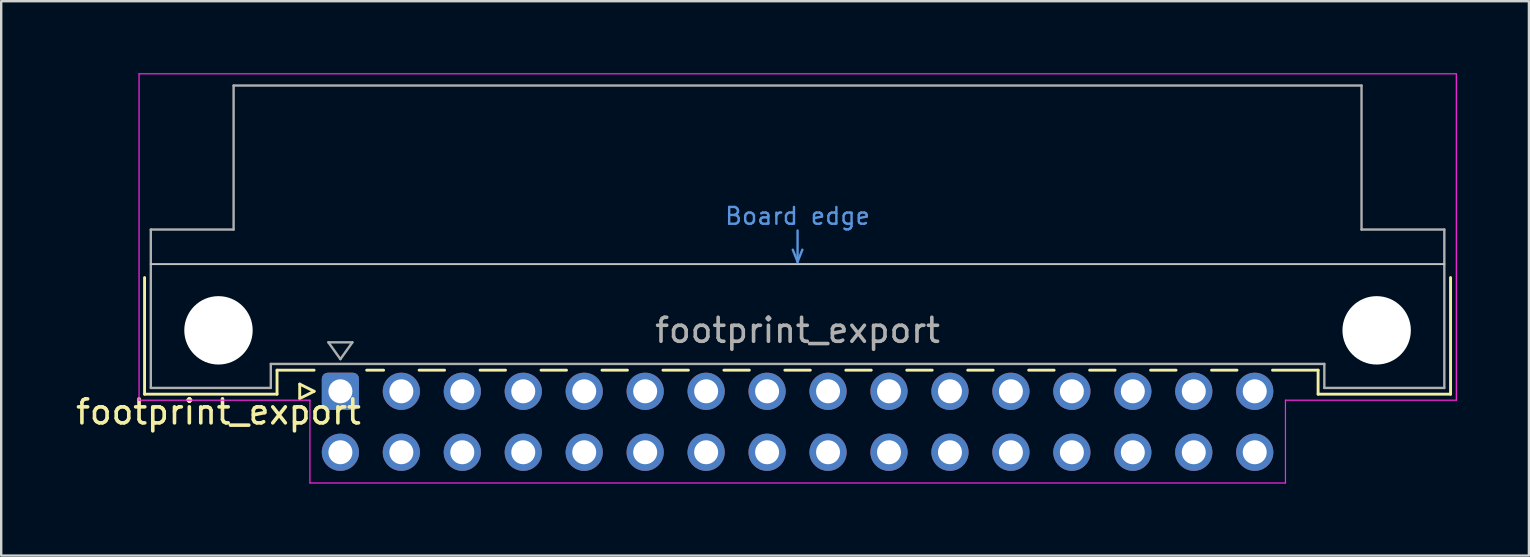
<source format=kicad_pcb>
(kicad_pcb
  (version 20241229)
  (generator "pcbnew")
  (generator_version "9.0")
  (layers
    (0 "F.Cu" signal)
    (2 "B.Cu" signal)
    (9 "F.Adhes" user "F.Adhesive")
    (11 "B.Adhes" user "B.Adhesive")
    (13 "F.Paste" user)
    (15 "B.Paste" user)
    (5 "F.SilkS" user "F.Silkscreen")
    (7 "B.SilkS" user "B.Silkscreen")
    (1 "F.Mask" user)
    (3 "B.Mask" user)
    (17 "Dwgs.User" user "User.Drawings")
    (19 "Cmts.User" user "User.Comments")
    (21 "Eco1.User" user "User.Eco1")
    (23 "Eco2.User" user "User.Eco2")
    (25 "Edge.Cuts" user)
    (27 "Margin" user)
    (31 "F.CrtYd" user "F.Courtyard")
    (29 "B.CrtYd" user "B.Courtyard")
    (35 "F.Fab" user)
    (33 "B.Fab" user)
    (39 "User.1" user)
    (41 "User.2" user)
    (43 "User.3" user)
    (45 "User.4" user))
  (footprint "footprint_export"
    (layer "F.Cu")
    (at 11.134 13.255)
    (property "Reference" "footprint_export" (at -5.08 0.86 0) (layer "F.SilkS") (effects (font (size 1 1) (thickness 0.15))))
    (attr through_hole)
    (fp_line (start -8.16 -4.74) (end -8.16 0.12) (stroke (width 0.12) (type solid)) (layer "F.SilkS"))
    (fp_line (start -8.16 0.12) (end -2.64 0.12) (stroke (width 0.12) (type solid)) (layer "F.SilkS"))
    (fp_line (start -2.64 -0.88) (end -1.095 -0.88) (stroke (width 0.12) (type solid)) (layer "F.SilkS"))
    (fp_line (start -2.64 0.12) (end -2.64 -0.88) (stroke (width 0.12) (type solid)) (layer "F.SilkS"))
    (fp_line (start -1.695 -0.3) (end -1.695 0.3) (stroke (width 0.12) (type solid)) (layer "F.SilkS"))
    (fp_line (start -1.695 0.3) (end -1.095 0) (stroke (width 0.12) (type solid)) (layer "F.SilkS"))
    (fp_line (start -1.095 0) (end -1.695 -0.3) (stroke (width 0.12) (type solid)) (layer "F.SilkS"))
    (fp_line (start 1.095 -0.88) (end 1.801 -0.88) (stroke (width 0.12) (type solid)) (layer "F.SilkS"))
    (fp_line (start 3.28 -0.88) (end 4.341 -0.88) (stroke (width 0.12) (type solid)) (layer "F.SilkS"))
    (fp_line (start 5.82 -0.88) (end 6.881 -0.88) (stroke (width 0.12) (type solid)) (layer "F.SilkS"))
    (fp_line (start 8.36 -0.88) (end 9.421 -0.88) (stroke (width 0.12) (type solid)) (layer "F.SilkS"))
    (fp_line (start 10.9 -0.88) (end 11.961 -0.88) (stroke (width 0.12) (type solid)) (layer "F.SilkS"))
    (fp_line (start 13.44 -0.88) (end 14.501 -0.88) (stroke (width 0.12) (type solid)) (layer "F.SilkS"))
    (fp_line (start 15.98 -0.88) (end 17.041 -0.88) (stroke (width 0.12) (type solid)) (layer "F.SilkS"))
    (fp_line (start 18.52 -0.88) (end 19.581 -0.88) (stroke (width 0.12) (type solid)) (layer "F.SilkS"))
    (fp_line (start 21.06 -0.88) (end 22.121 -0.88) (stroke (width 0.12) (type solid)) (layer "F.SilkS"))
    (fp_line (start 23.6 -0.88) (end 24.661 -0.88) (stroke (width 0.12) (type solid)) (layer "F.SilkS"))
    (fp_line (start 26.14 -0.88) (end 27.201 -0.88) (stroke (width 0.12) (type solid)) (layer "F.SilkS"))
    (fp_line (start 28.68 -0.88) (end 29.741 -0.88) (stroke (width 0.12) (type solid)) (layer "F.SilkS"))
    (fp_line (start 31.22 -0.88) (end 32.281 -0.88) (stroke (width 0.12) (type solid)) (layer "F.SilkS"))
    (fp_line (start 33.76 -0.88) (end 34.821 -0.88) (stroke (width 0.12) (type solid)) (layer "F.SilkS"))
    (fp_line (start 36.3 -0.88) (end 37.361 -0.88) (stroke (width 0.12) (type solid)) (layer "F.SilkS"))
    (fp_line (start 38.84 -0.88) (end 40.74 -0.88) (stroke (width 0.12) (type solid)) (layer "F.SilkS"))
    (fp_line (start 40.74 0.12) (end 40.74 -0.88) (stroke (width 0.12) (type solid)) (layer "F.SilkS"))
    (fp_line (start 46.26 -4.74) (end 46.26 0.12) (stroke (width 0.12) (type solid)) (layer "F.SilkS"))
    (fp_line (start 46.26 0.12) (end 40.74 0.12) (stroke (width 0.12) (type solid)) (layer "F.SilkS"))
    (fp_line (start -7.9 -5.3) (end 46 -5.3) (stroke (width 0.08) (type solid)) (layer "Dwgs.User"))
    (fp_line (start 18.85 -5.9) (end 19.05 -5.4) (stroke (width 0.1) (type solid)) (layer "Cmts.User"))
    (fp_line (start 19.05 -5.4) (end 19.05 -6.7) (stroke (width 0.1) (type solid)) (layer "Cmts.User"))
    (fp_line (start 19.05 -5.4) (end 19.25 -5.9) (stroke (width 0.1) (type solid)) (layer "Cmts.User"))
    (fp_line (start -8.39 -13.23) (end -8.39 0.37) (stroke (width 0.05) (type solid)) (layer "F.CrtYd"))
    (fp_line (start -8.39 0.37) (end -1.27 0.37) (stroke (width 0.05) (type solid)) (layer "F.CrtYd"))
    (fp_line (start -1.27 0.37) (end -1.27 3.82) (stroke (width 0.05) (type solid)) (layer "F.CrtYd"))
    (fp_line (start -1.27 3.82) (end 39.38 3.82) (stroke (width 0.05) (type solid)) (layer "F.CrtYd"))
    (fp_line (start 39.38 0.37) (end 46.5 0.37) (stroke (width 0.05) (type solid)) (layer "F.CrtYd"))
    (fp_line (start 39.38 3.82) (end 39.38 0.37) (stroke (width 0.05) (type solid)) (layer "F.CrtYd"))
    (fp_line (start 46.5 -13.23) (end -8.39 -13.23) (stroke (width 0.05) (type solid)) (layer "F.CrtYd"))
    (fp_line (start 46.5 0.37) (end 46.5 -13.23) (stroke (width 0.05) (type solid)) (layer "F.CrtYd"))
    (fp_line (start -7.9 -6.74) (end -7.9 -0.14) (stroke (width 0.1) (type solid)) (layer "F.Fab"))
    (fp_line (start -7.9 -0.14) (end -2.9 -0.14) (stroke (width 0.1) (type solid)) (layer "F.Fab"))
    (fp_line (start -4.45 -12.74) (end -4.45 -6.74) (stroke (width 0.1) (type solid)) (layer "F.Fab"))
    (fp_line (start -4.45 -6.74) (end -7.9 -6.74) (stroke (width 0.1) (type solid)) (layer "F.Fab"))
    (fp_line (start -2.9 -1.14) (end 41 -1.14) (stroke (width 0.1) (type solid)) (layer "F.Fab"))
    (fp_line (start -2.9 -0.14) (end -2.9 -1.14) (stroke (width 0.1) (type solid)) (layer "F.Fab"))
    (fp_line (start -0.5 -2.04) (end 0.5 -2.04) (stroke (width 0.1) (type solid)) (layer "F.Fab"))
    (fp_line (start 0 -1.34) (end -0.5 -2.04) (stroke (width 0.1) (type solid)) (layer "F.Fab"))
    (fp_line (start 0.5 -2.04) (end 0 -1.34) (stroke (width 0.1) (type solid)) (layer "F.Fab"))
    (fp_line (start 41 -1.14) (end 41 -0.14) (stroke (width 0.1) (type solid)) (layer "F.Fab"))
    (fp_line (start 41 -0.14) (end 46 -0.14) (stroke (width 0.1) (type solid)) (layer "F.Fab"))
    (fp_line (start 42.55 -12.74) (end -4.45 -12.74) (stroke (width 0.1) (type solid)) (layer "F.Fab"))
    (fp_line (start 42.55 -6.74) (end 42.55 -12.74) (stroke (width 0.1) (type solid)) (layer "F.Fab"))
    (fp_line (start 46 -6.74) (end 42.55 -6.74) (stroke (width 0.1) (type solid)) (layer "F.Fab"))
    (fp_line (start 46 -0.14) (end 46 -6.74) (stroke (width 0.1) (type solid)) (layer "F.Fab"))
    (fp_text user "Board edge" (at 19.05 -7.3 0) (layer "Cmts.User") (effects (font (size 0.7 0.7) (thickness 0.1))))
    (fp_text user "${REFERENCE}" (at 19.05 -2.54 0) (layer "F.Fab") (effects (font (size 1 1) (thickness 0.15))))
    (pad "" np_thru_hole circle (at -5.08 -2.54) (size 2.85 2.85) (drill 2.85) (layers "*.Cu" "*.Mask"))
    (pad "" np_thru_hole circle (at 43.18 -2.54) (size 2.85 2.85) (drill 2.85) (layers "*.Cu" "*.Mask"))
    (pad "a1" thru_hole roundrect (at 0 0) (size 1.55 1.55) (drill 1) (layers "*.Cu" "*.Mask") (roundrect_rratio 0.161))
    (pad "a2" thru_hole circle (at 2.54 0) (size 1.55 1.55) (drill 1) (layers "*.Cu" "*.Mask"))
    (pad "a3" thru_hole circle (at 5.08 0) (size 1.55 1.55) (drill 1) (layers "*.Cu" "*.Mask"))
    (pad "a4" thru_hole circle (at 7.62 0) (size 1.55 1.55) (drill 1) (layers "*.Cu" "*.Mask"))
    (pad "a5" thru_hole circle (at 10.16 0) (size 1.55 1.55) (drill 1) (layers "*.Cu" "*.Mask"))
    (pad "a6" thru_hole circle (at 12.7 0) (size 1.55 1.55) (drill 1) (layers "*.Cu" "*.Mask"))
    (pad "a7" thru_hole circle (at 15.24 0) (size 1.55 1.55) (drill 1) (layers "*.Cu" "*.Mask"))
    (pad "a8" thru_hole circle (at 17.78 0) (size 1.55 1.55) (drill 1) (layers "*.Cu" "*.Mask"))
    (pad "a9" thru_hole circle (at 20.32 0) (size 1.55 1.55) (drill 1) (layers "*.Cu" "*.Mask"))
    (pad "a10" thru_hole circle (at 22.86 0) (size 1.55 1.55) (drill 1) (layers "*.Cu" "*.Mask"))
    (pad "a11" thru_hole circle (at 25.4 0) (size 1.55 1.55) (drill 1) (layers "*.Cu" "*.Mask"))
    (pad "a12" thru_hole circle (at 27.94 0) (size 1.55 1.55) (drill 1) (layers "*.Cu" "*.Mask"))
    (pad "a13" thru_hole circle (at 30.48 0) (size 1.55 1.55) (drill 1) (layers "*.Cu" "*.Mask"))
    (pad "a14" thru_hole circle (at 33.02 0) (size 1.55 1.55) (drill 1) (layers "*.Cu" "*.Mask"))
    (pad "a15" thru_hole circle (at 35.56 0) (size 1.55 1.55) (drill 1) (layers "*.Cu" "*.Mask"))
    (pad "a16" thru_hole circle (at 38.1 0) (size 1.55 1.55) (drill 1) (layers "*.Cu" "*.Mask"))
    (pad "b1" thru_hole circle (at 0 2.54) (size 1.55 1.55) (drill 1) (layers "*.Cu" "*.Mask"))
    (pad "b2" thru_hole circle (at 2.54 2.54) (size 1.55 1.55) (drill 1) (layers "*.Cu" "*.Mask"))
    (pad "b3" thru_hole circle (at 5.08 2.54) (size 1.55 1.55) (drill 1) (layers "*.Cu" "*.Mask"))
    (pad "b4" thru_hole circle (at 7.62 2.54) (size 1.55 1.55) (drill 1) (layers "*.Cu" "*.Mask"))
    (pad "b5" thru_hole circle (at 10.16 2.54) (size 1.55 1.55) (drill 1) (layers "*.Cu" "*.Mask"))
    (pad "b6" thru_hole circle (at 12.7 2.54) (size 1.55 1.55) (drill 1) (layers "*.Cu" "*.Mask"))
    (pad "b7" thru_hole circle (at 15.24 2.54) (size 1.55 1.55) (drill 1) (layers "*.Cu" "*.Mask"))
    (pad "b8" thru_hole circle (at 17.78 2.54) (size 1.55 1.55) (drill 1) (layers "*.Cu" "*.Mask"))
    (pad "b9" thru_hole circle (at 20.32 2.54) (size 1.55 1.55) (drill 1) (layers "*.Cu" "*.Mask"))
    (pad "b10" thru_hole circle (at 22.86 2.54) (size 1.55 1.55) (drill 1) (layers "*.Cu" "*.Mask"))
    (pad "b11" thru_hole circle (at 25.4 2.54) (size 1.55 1.55) (drill 1) (layers "*.Cu" "*.Mask"))
    (pad "b12" thru_hole circle (at 27.94 2.54) (size 1.55 1.55) (drill 1) (layers "*.Cu" "*.Mask"))
    (pad "b13" thru_hole circle (at 30.48 2.54) (size 1.55 1.55) (drill 1) (layers "*.Cu" "*.Mask"))
    (pad "b14" thru_hole circle (at 33.02 2.54) (size 1.55 1.55) (drill 1) (layers "*.Cu" "*.Mask"))
    (pad "b15" thru_hole circle (at 35.56 2.54) (size 1.55 1.55) (drill 1) (layers "*.Cu" "*.Mask"))
    (pad "b16" thru_hole circle (at 38.1 2.54) (size 1.55 1.55) (drill 1) (layers "*.Cu" "*.Mask")))
  (gr_rect
    (start -3 -3)
    (end 60.659 20.1)
    (stroke (width 0.1) (type default))
    (fill no)
    (layer "Edge.Cuts")))
</source>
